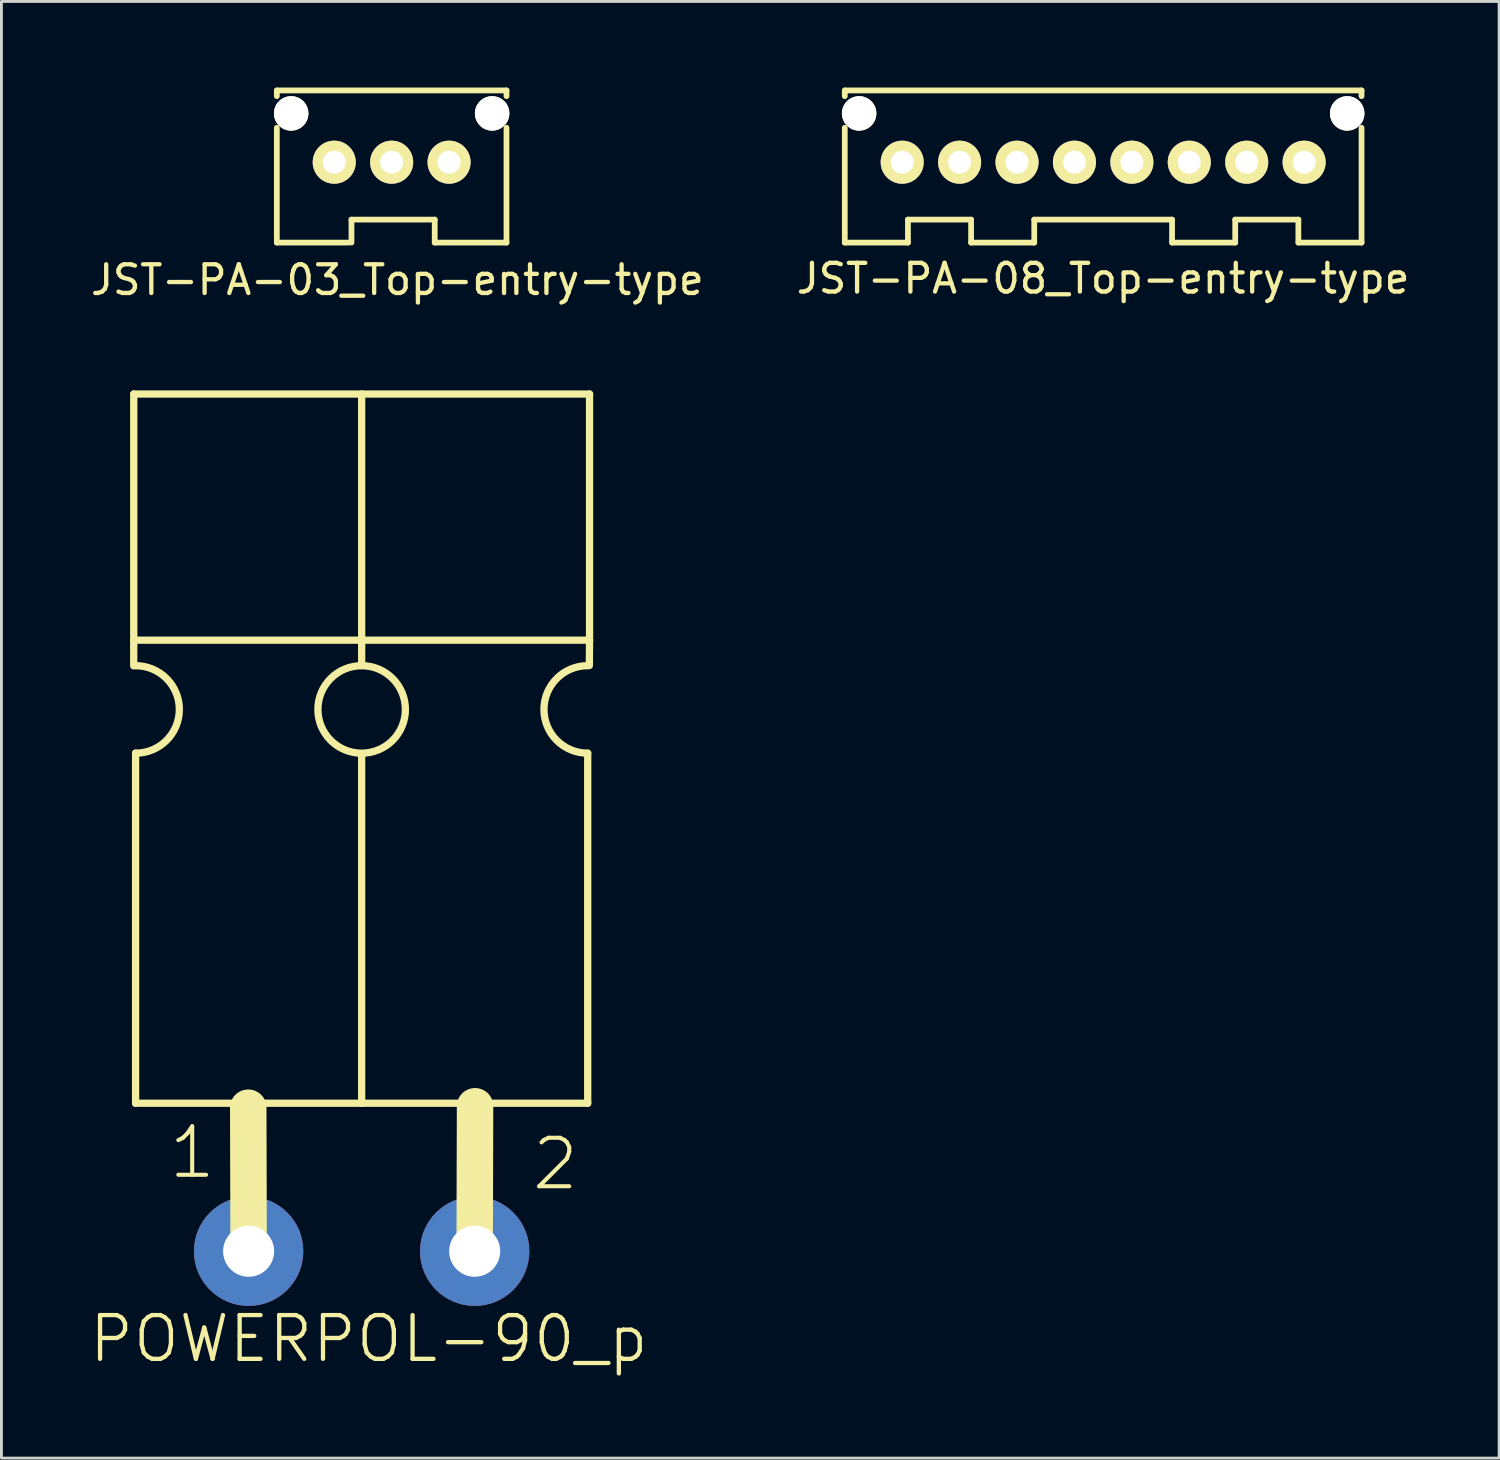
<source format=kicad_pcb>
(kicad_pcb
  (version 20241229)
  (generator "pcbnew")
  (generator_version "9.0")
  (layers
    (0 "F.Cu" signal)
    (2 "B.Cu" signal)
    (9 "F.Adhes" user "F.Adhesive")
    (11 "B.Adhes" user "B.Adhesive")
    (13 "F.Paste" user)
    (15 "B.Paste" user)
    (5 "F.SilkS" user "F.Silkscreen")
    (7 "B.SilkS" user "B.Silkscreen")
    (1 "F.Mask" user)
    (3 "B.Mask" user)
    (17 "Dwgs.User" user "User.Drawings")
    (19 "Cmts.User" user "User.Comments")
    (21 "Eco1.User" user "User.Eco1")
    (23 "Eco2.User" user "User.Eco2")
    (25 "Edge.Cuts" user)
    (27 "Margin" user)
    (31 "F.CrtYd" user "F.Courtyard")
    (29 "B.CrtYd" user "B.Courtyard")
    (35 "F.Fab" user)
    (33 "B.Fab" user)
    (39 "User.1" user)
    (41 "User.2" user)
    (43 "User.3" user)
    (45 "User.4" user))
  (footprint "POWERPOL-90_p"
    (layer "F.Cu")
    (at 9.547 40.533)
    (property "Reference" "POWERPOL-90_p" (at 0.25 3.05 0) (layer "F.SilkS") (effects (font (size 1.524 1.524) (thickness 0.15))))
    (attr through_hole)
    (fp_line (start -7.94 -20.39) (end -7.938 -21.285) (stroke (width 0.254) (type solid)) (layer "F.SilkS"))
    (fp_line (start -7.938 -29.858) (end 7.938 -29.858) (stroke (width 0.254) (type solid)) (layer "F.SilkS"))
    (fp_line (start -7.938 -21.285) (end -7.938 -29.858) (stroke (width 0.254) (type solid)) (layer "F.SilkS"))
    (fp_line (start -7.938 -21.285) (end 7.938 -21.285) (stroke (width 0.254) (type solid)) (layer "F.SilkS"))
    (fp_line (start -7.874 -17.348) (end -7.874 -5.156) (stroke (width 0.254) (type solid)) (layer "F.SilkS"))
    (fp_line (start -7.874 -5.156) (end -3.937 -5.156) (stroke (width 0.254) (type solid)) (layer "F.SilkS"))
    (fp_line (start -3.937 -5.156) (end 0 -5.156) (stroke (width 0.254) (type solid)) (layer "F.SilkS"))
    (fp_line (start -3.937 0) (end -3.95 -5) (stroke (width 1.27) (type solid)) (layer "F.SilkS"))
    (fp_line (start 0 -20.4) (end 0 -29.858) (stroke (width 0.254) (type solid)) (layer "F.SilkS"))
    (fp_line (start 0 -17.285) (end 0 -5.156) (stroke (width 0.254) (type solid)) (layer "F.SilkS"))
    (fp_line (start 0 -5.156) (end 3.937 -5.156) (stroke (width 0.254) (type solid)) (layer "F.SilkS"))
    (fp_line (start 3.937 -5.156) (end 7.874 -5.156) (stroke (width 0.254) (type solid)) (layer "F.SilkS"))
    (fp_line (start 3.937 0) (end 3.95 -5.05) (stroke (width 1.27) (type solid)) (layer "F.SilkS"))
    (fp_line (start 7.874 -5.156) (end 7.874 -17.348) (stroke (width 0.254) (type solid)) (layer "F.SilkS"))
    (fp_line (start 7.938 -29.858) (end 7.938 -21.285) (stroke (width 0.254) (type solid)) (layer "F.SilkS"))
    (fp_line (start 7.938 -21.285) (end 7.93 -20.4) (stroke (width 0.254) (type solid)) (layer "F.SilkS"))
    (fp_arc (start -7.874 -20.396) (mid -6.35 -18.872) (end -7.874 -17.348) (stroke (width 0.254) (type solid)) (layer "F.SilkS"))
    (fp_arc (start 7.874 -17.348) (mid 6.35 -18.872) (end 7.874 -20.396) (stroke (width 0.254) (type solid)) (layer "F.SilkS"))
    (fp_circle (center 0 -18.872) (end 1.524 -18.872) (stroke (width 0.254) (type solid)) (fill no) (layer "F.SilkS"))
    (fp_text user "1" (at -6.8 -2.45 0) (layer "F.SilkS") (effects (font (size 1.689 1.689) (thickness 0.142)) (justify left bottom)))
    (fp_text user "2" (at 5.85 -2.05 0) (layer "F.SilkS") (effects (font (size 1.689 1.689) (thickness 0.142)) (justify left bottom)))
    (pad "1" thru_hole circle (at -3.937 0) (size 3.81 3.81) (drill 1.778) (layers "*.Cu" "*.Mask"))
    (pad "2" thru_hole circle (at 3.937 0) (size 3.81 3.81) (drill 1.778) (layers "*.Cu" "*.Mask")))
  (footprint "JST-PA-08_Top-entry-type"
    (layer "F.Cu")
    (at 35.375 2.6)
    (property "Reference" "JST-PA-08_Top-entry-type" (at 0 4.05 0) (layer "F.SilkS") (effects (font (size 1 1) (thickness 0.15))))
    (attr through_hole)
    (fp_line (start -9 -2.5) (end -9 -2.3) (stroke (width 0.2) (type solid)) (layer "F.SilkS"))
    (fp_line (start -9 -2.5) (end 9 -2.5) (stroke (width 0.2) (type solid)) (layer "F.SilkS"))
    (fp_line (start -9 -1.2) (end -9 2.8) (stroke (width 0.2) (type solid)) (layer "F.SilkS"))
    (fp_line (start -6.8 2) (end -6.8 2.8) (stroke (width 0.2) (type solid)) (layer "F.SilkS"))
    (fp_line (start -6.8 2.8) (end -9 2.8) (stroke (width 0.2) (type solid)) (layer "F.SilkS"))
    (fp_line (start -4.6 2) (end -6.8 2) (stroke (width 0.2) (type solid)) (layer "F.SilkS"))
    (fp_line (start -4.6 2.8) (end -4.6 2) (stroke (width 0.2) (type solid)) (layer "F.SilkS"))
    (fp_line (start -2.4 2) (end 2.4 2) (stroke (width 0.2) (type solid)) (layer "F.SilkS"))
    (fp_line (start -2.4 2.8) (end -4.6 2.8) (stroke (width 0.2) (type solid)) (layer "F.SilkS"))
    (fp_line (start -2.4 2.8) (end -2.4 2) (stroke (width 0.2) (type solid)) (layer "F.SilkS"))
    (fp_line (start 2.4 2.8) (end 2.4 2) (stroke (width 0.2) (type solid)) (layer "F.SilkS"))
    (fp_line (start 4.6 2) (end 4.6 2.8) (stroke (width 0.2) (type solid)) (layer "F.SilkS"))
    (fp_line (start 4.6 2.8) (end 2.4 2.8) (stroke (width 0.2) (type solid)) (layer "F.SilkS"))
    (fp_line (start 6.8 2) (end 4.6 2) (stroke (width 0.2) (type solid)) (layer "F.SilkS"))
    (fp_line (start 6.8 2.8) (end 6.8 2) (stroke (width 0.2) (type solid)) (layer "F.SilkS"))
    (fp_line (start 9 -2.5) (end 9 -2.3) (stroke (width 0.2) (type solid)) (layer "F.SilkS"))
    (fp_line (start 9 2.8) (end 6.8 2.8) (stroke (width 0.2) (type solid)) (layer "F.SilkS"))
    (fp_line (start 9 2.8) (end 9 -1.2) (stroke (width 0.2) (type solid)) (layer "F.SilkS"))
    (pad "" np_thru_hole circle (at -8.5 -1.7) (size 1.2 1.2) (drill 1.2) (layers "*.Cu" "*.Mask" "F.SilkS"))
    (pad "" np_thru_hole circle (at 8.5 -1.7) (size 1.2 1.2) (drill 1.2) (layers "*.Cu" "*.Mask" "F.SilkS"))
    (pad "1" thru_hole circle (at -7 0) (size 1.5 1.5) (drill 0.8) (layers "*.Cu" "*.Mask" "F.SilkS"))
    (pad "2" thru_hole circle (at -5 0) (size 1.5 1.5) (drill 0.8) (layers "*.Cu" "*.Mask" "F.SilkS"))
    (pad "3" thru_hole circle (at -3 0) (size 1.5 1.5) (drill 0.8) (layers "*.Cu" "*.Mask" "F.SilkS"))
    (pad "4" thru_hole circle (at -1 0) (size 1.5 1.5) (drill 0.8) (layers "*.Cu" "*.Mask" "F.SilkS"))
    (pad "5" thru_hole circle (at 1 0) (size 1.5 1.5) (drill 0.8) (layers "*.Cu" "*.Mask" "F.SilkS"))
    (pad "6" thru_hole circle (at 3 0) (size 1.5 1.5) (drill 0.8) (layers "*.Cu" "*.Mask" "F.SilkS"))
    (pad "7" thru_hole circle (at 5 0) (size 1.5 1.5) (drill 0.8) (layers "*.Cu" "*.Mask" "F.SilkS"))
    (pad "8" thru_hole circle (at 7 0) (size 1.5 1.5) (drill 0.8) (layers "*.Cu" "*.Mask" "F.SilkS")))
  (footprint "JST-PA-03_Top-entry-type"
    (layer "F.Cu")
    (at 10.592 2.6)
    (property "Reference" "JST-PA-03_Top-entry-type" (at 0.2 4.1 0) (layer "F.SilkS") (effects (font (size 1 1) (thickness 0.15))))
    (attr through_hole)
    (fp_line (start -4 -2.5) (end -4 -2.3) (stroke (width 0.2) (type solid)) (layer "F.SilkS"))
    (fp_line (start -4 -2.5) (end 4 -2.5) (stroke (width 0.2) (type solid)) (layer "F.SilkS"))
    (fp_line (start -4 -1.2) (end -4 2.8) (stroke (width 0.2) (type solid)) (layer "F.SilkS"))
    (fp_line (start -1.5 2.8) (end -4 2.8) (stroke (width 0.2) (type solid)) (layer "F.SilkS"))
    (fp_line (start -1.4 2) (end 1.5 2) (stroke (width 0.2) (type solid)) (layer "F.SilkS"))
    (fp_line (start -1.4 2.8) (end -1.4 2) (stroke (width 0.2) (type solid)) (layer "F.SilkS"))
    (fp_line (start 1.5 2.8) (end 1.5 2) (stroke (width 0.2) (type solid)) (layer "F.SilkS"))
    (fp_line (start 4 -2.5) (end 4 -2.3) (stroke (width 0.2) (type solid)) (layer "F.SilkS"))
    (fp_line (start 4 2.8) (end 1.5 2.8) (stroke (width 0.2) (type solid)) (layer "F.SilkS"))
    (fp_line (start 4 2.8) (end 4 -1.2) (stroke (width 0.2) (type solid)) (layer "F.SilkS"))
    (pad "" np_thru_hole circle (at -3.5 -1.7) (size 1.2 1.2) (drill 1.2) (layers "*.Cu" "*.Mask" "F.SilkS"))
    (pad "" np_thru_hole circle (at 3.5 -1.7) (size 1.2 1.2) (drill 1.2) (layers "*.Cu" "*.Mask" "F.SilkS"))
    (pad "1" thru_hole circle (at -2 0) (size 1.5 1.5) (drill 0.8) (layers "*.Cu" "*.Mask" "F.SilkS"))
    (pad "2" thru_hole circle (at 0 0) (size 1.5 1.5) (drill 0.8) (layers "*.Cu" "*.Mask" "F.SilkS"))
    (pad "3" thru_hole circle (at 2 0) (size 1.5 1.5) (drill 0.8) (layers "*.Cu" "*.Mask" "F.SilkS")))
  (gr_rect
    (start -3 -3)
    (end 49.167 47.738)
    (stroke (width 0.1) (type default))
    (fill no)
    (layer "Edge.Cuts")))
</source>
